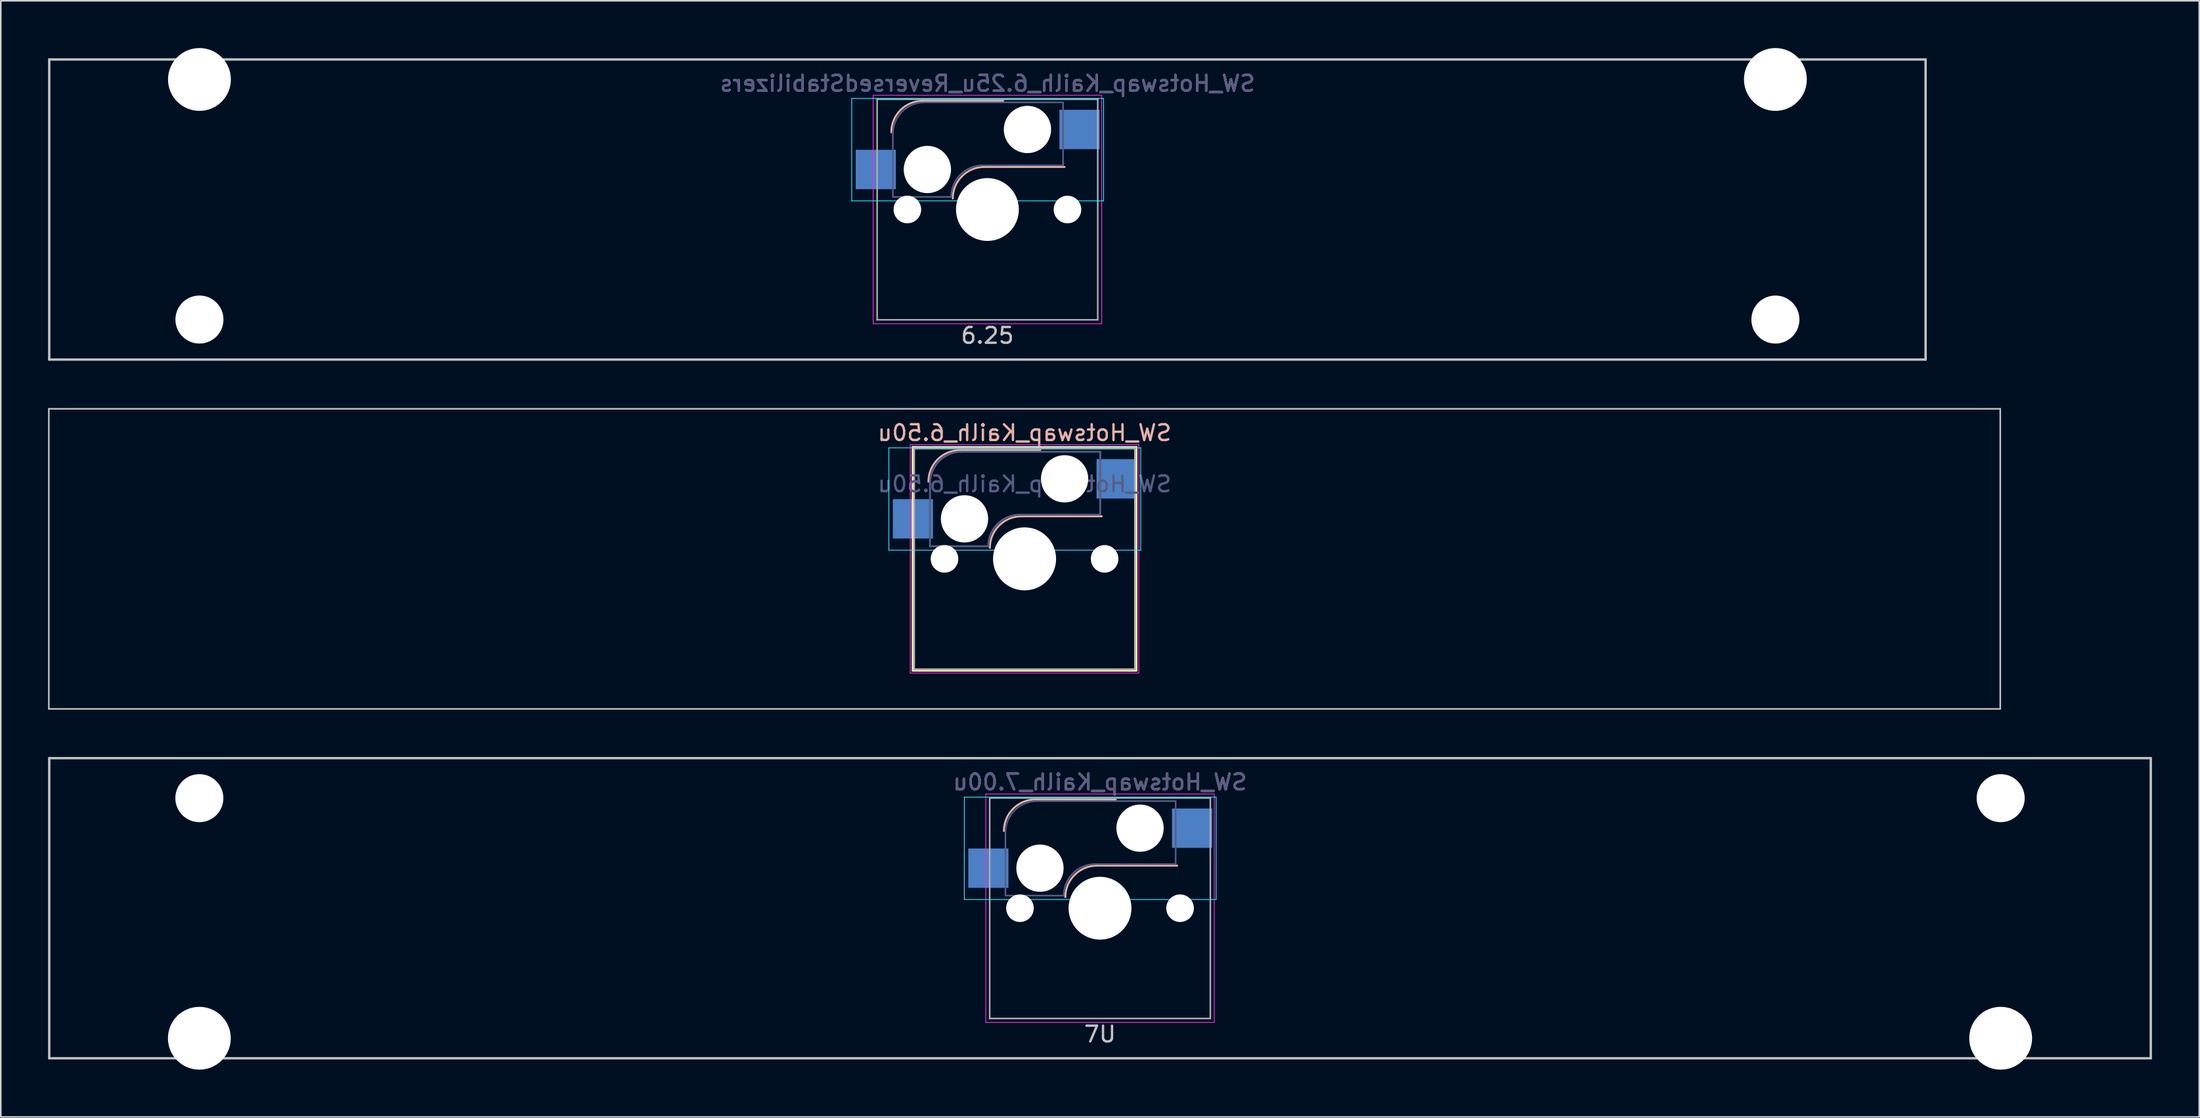
<source format=kicad_pcb>
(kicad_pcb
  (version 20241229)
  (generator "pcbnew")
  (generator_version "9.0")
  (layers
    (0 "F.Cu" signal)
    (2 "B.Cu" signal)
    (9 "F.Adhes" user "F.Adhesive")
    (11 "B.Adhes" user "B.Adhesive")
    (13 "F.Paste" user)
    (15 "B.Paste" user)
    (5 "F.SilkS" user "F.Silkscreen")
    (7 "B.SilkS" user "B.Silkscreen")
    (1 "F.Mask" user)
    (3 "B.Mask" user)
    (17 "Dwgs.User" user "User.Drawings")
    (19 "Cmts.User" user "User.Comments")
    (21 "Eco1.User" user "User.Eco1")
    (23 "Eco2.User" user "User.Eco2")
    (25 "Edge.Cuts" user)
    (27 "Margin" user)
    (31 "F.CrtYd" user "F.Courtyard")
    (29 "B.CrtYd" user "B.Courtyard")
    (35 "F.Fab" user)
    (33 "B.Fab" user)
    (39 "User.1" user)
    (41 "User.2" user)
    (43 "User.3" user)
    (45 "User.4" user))
  (footprint "SW_Hotswap_Kailh_6.50u"
    (layer "F.Cu")
    (at 61.962 32.424)
    (property "Reference" "SW_Hotswap_Kailh_6.50u" (at 0 -8 0) (layer "B.SilkS") (effects (font (size 1 1) (thickness 0.15)) (justify mirror)))
    (attr smd)
    (fp_line (start -7.1 -7.1) (end -7.1 7.1) (stroke (width 0.12) (type solid)) (layer "F.SilkS"))
    (fp_line (start -7.1 7.1) (end 7.1 7.1) (stroke (width 0.12) (type solid)) (layer "F.SilkS"))
    (fp_line (start 7.1 -7.1) (end -7.1 -7.1) (stroke (width 0.12) (type solid)) (layer "F.SilkS"))
    (fp_line (start 7.1 7.1) (end 7.1 -7.1) (stroke (width 0.12) (type solid)) (layer "F.SilkS"))
    (fp_line (start -4.1 -6.9) (end 1 -6.9) (stroke (width 0.12) (type solid)) (layer "B.SilkS"))
    (fp_line (start -0.2 -2.7) (end 4.9 -2.7) (stroke (width 0.12) (type solid)) (layer "B.SilkS"))
    (fp_arc (start -6.1 -4.9) (mid -5.514214 -6.314214) (end -4.1 -6.9) (stroke (width 0.12) (type solid)) (layer "B.SilkS"))
    (fp_arc (start -2.2 -0.7) (mid -1.614214 -2.114214) (end -0.2 -2.7) (stroke (width 0.12) (type solid)) (layer "B.SilkS"))
    (fp_line (start -61.913 -9.525) (end -61.913 9.525) (stroke (width 0.1) (type solid)) (layer "Dwgs.User"))
    (fp_line (start -61.913 9.525) (end 61.913 9.525) (stroke (width 0.1) (type solid)) (layer "Dwgs.User"))
    (fp_line (start 61.913 -9.525) (end -61.913 -9.525) (stroke (width 0.1) (type solid)) (layer "Dwgs.User"))
    (fp_line (start 61.913 9.525) (end 61.913 -9.525) (stroke (width 0.1) (type solid)) (layer "Dwgs.User"))
    (fp_line (start -8.61 -7.05) (end -8.61 -0.55) (stroke (width 0.05) (type solid)) (layer "B.CrtYd"))
    (fp_line (start -8.61 -0.55) (end 7.37 -0.55) (stroke (width 0.05) (type solid)) (layer "B.CrtYd"))
    (fp_line (start 7.37 -7.05) (end -8.61 -7.05) (stroke (width 0.05) (type solid)) (layer "B.CrtYd"))
    (fp_line (start 7.37 -0.55) (end 7.37 -7.05) (stroke (width 0.05) (type solid)) (layer "B.CrtYd"))
    (fp_line (start -7.25 -7.25) (end -7.25 7.25) (stroke (width 0.05) (type solid)) (layer "F.CrtYd"))
    (fp_line (start -7.25 7.25) (end 7.25 7.25) (stroke (width 0.05) (type solid)) (layer "F.CrtYd"))
    (fp_line (start 7.25 -7.25) (end -7.25 -7.25) (stroke (width 0.05) (type solid)) (layer "F.CrtYd"))
    (fp_line (start 7.25 7.25) (end 7.25 -7.25) (stroke (width 0.05) (type solid)) (layer "F.CrtYd"))
    (fp_line (start -6 -0.8) (end -6 -4.8) (stroke (width 0.12) (type solid)) (layer "B.Fab"))
    (fp_line (start -6 -0.8) (end -2.3 -0.8) (stroke (width 0.12) (type solid)) (layer "B.Fab"))
    (fp_line (start -4 -6.8) (end 4.8 -6.8) (stroke (width 0.12) (type solid)) (layer "B.Fab"))
    (fp_line (start -0.3 -2.8) (end 4.8 -2.8) (stroke (width 0.12) (type solid)) (layer "B.Fab"))
    (fp_line (start 4.8 -6.8) (end 4.8 -2.8) (stroke (width 0.12) (type solid)) (layer "B.Fab"))
    (fp_arc (start -6 -4.8) (mid -5.414214 -6.214214) (end -4 -6.8) (stroke (width 0.12) (type solid)) (layer "B.Fab"))
    (fp_arc (start -2.3 -0.8) (mid -1.714214 -2.214214) (end -0.3 -2.8) (stroke (width 0.12) (type solid)) (layer "B.Fab"))
    (fp_line (start -7 -7) (end -7 7) (stroke (width 0.1) (type solid)) (layer "F.Fab"))
    (fp_line (start -7 7) (end 7 7) (stroke (width 0.1) (type solid)) (layer "F.Fab"))
    (fp_line (start 7 -7) (end -7 -7) (stroke (width 0.1) (type solid)) (layer "F.Fab"))
    (fp_line (start 7 7) (end 7 -7) (stroke (width 0.1) (type solid)) (layer "F.Fab"))
    (fp_text user "${REFERENCE}" (at 0 -4.75 0) (layer "B.Fab") (effects (font (size 1 1) (thickness 0.15)) (justify mirror)))
    (pad "" np_thru_hole circle (at -5.08 0) (size 1.75 1.75) (drill 1.75) (layers "*.Cu" "*.Mask"))
    (pad "" np_thru_hole circle (at -3.81 -2.54) (size 3 3) (drill 3) (layers "*.Cu" "*.Mask"))
    (pad "" np_thru_hole circle (at 0 0) (size 4 4) (drill 4) (layers "*.Cu" "*.Mask"))
    (pad "" np_thru_hole circle (at 2.54 -5.08) (size 3 3) (drill 3) (layers "*.Cu" "*.Mask"))
    (pad "" np_thru_hole circle (at 5.08 0) (size 1.75 1.75) (drill 1.75) (layers "*.Cu" "*.Mask"))
    (pad "1" smd rect (at -7.085 -2.54) (size 2.55 2.5) (layers "B.Cu" "B.Mask" "B.Paste"))
    (pad "2" smd rect (at 5.842 -5.08) (size 2.55 2.5) (layers "B.Cu" "B.Mask" "B.Paste")))
  (footprint "SW_Hotswap_Kailh_7.00u"
    (layer "F.Cu")
    (at 66.75 54.599)
    (property "Reference" "SW_Hotswap_Kailh_7.00u" (at 0 -8 0) (layer "B.SilkS") (effects (font (size 1 1) (thickness 0.15)) (justify mirror)))
    (attr smd)
    (fp_line (start 1 -6.9) (end -4.1 -6.9) (stroke (width 0.12) (type solid)) (layer "B.SilkS"))
    (fp_line (start 4.9 -2.7) (end -0.2 -2.7) (stroke (width 0.12) (type solid)) (layer "B.SilkS"))
    (fp_arc (start -6.1 -4.9) (mid -5.514214 -6.314214) (end -4.1 -6.9) (stroke (width 0.12) (type solid)) (layer "B.SilkS"))
    (fp_arc (start -2.2 -0.7) (mid -1.614214 -2.114214) (end -0.2 -2.7) (stroke (width 0.12) (type solid)) (layer "B.SilkS"))
    (fp_line (start -66.675 -9.525) (end 66.675 -9.525) (stroke (width 0.15) (type solid)) (layer "Dwgs.User"))
    (fp_line (start -66.675 9.525) (end -66.675 -9.525) (stroke (width 0.15) (type solid)) (layer "Dwgs.User"))
    (fp_line (start 66.675 -9.525) (end 66.675 9.525) (stroke (width 0.15) (type solid)) (layer "Dwgs.User"))
    (fp_line (start 66.675 9.525) (end -66.675 9.525) (stroke (width 0.15) (type solid)) (layer "Dwgs.User"))
    (fp_line (start -8.61 -7.05) (end 7.37 -7.05) (stroke (width 0.05) (type solid)) (layer "B.CrtYd"))
    (fp_line (start -8.61 -0.55) (end -8.61 -7.05) (stroke (width 0.05) (type solid)) (layer "B.CrtYd"))
    (fp_line (start -8.61 -0.55) (end 7.37 -0.55) (stroke (width 0.05) (type solid)) (layer "B.CrtYd"))
    (fp_line (start 7.37 -7.05) (end 7.37 -0.55) (stroke (width 0.05) (type solid)) (layer "B.CrtYd"))
    (fp_line (start -7.25 -7.25) (end 7.25 -7.25) (stroke (width 0.05) (type solid)) (layer "F.CrtYd"))
    (fp_line (start -7.25 7.25) (end -7.25 -7.25) (stroke (width 0.05) (type solid)) (layer "F.CrtYd"))
    (fp_line (start 7.25 -7.25) (end 7.25 7.25) (stroke (width 0.05) (type solid)) (layer "F.CrtYd"))
    (fp_line (start 7.25 7.25) (end -7.25 7.25) (stroke (width 0.05) (type solid)) (layer "F.CrtYd"))
    (fp_line (start -6 -0.8) (end -6 -4.8) (stroke (width 0.1) (type solid)) (layer "B.Fab"))
    (fp_line (start -6 -0.8) (end -2.3 -0.8) (stroke (width 0.1) (type solid)) (layer "B.Fab"))
    (fp_line (start -4 -6.8) (end 4.8 -6.8) (stroke (width 0.1) (type solid)) (layer "B.Fab"))
    (fp_line (start -0.3 -2.8) (end 4.8 -2.8) (stroke (width 0.1) (type solid)) (layer "B.Fab"))
    (fp_line (start 4.8 -6.8) (end 4.8 -2.8) (stroke (width 0.1) (type solid)) (layer "B.Fab"))
    (fp_arc (start -6 -4.8) (mid -5.414214 -6.214214) (end -4 -6.8) (stroke (width 0.1) (type solid)) (layer "B.Fab"))
    (fp_arc (start -2.3 -0.8) (mid -1.714214 -2.214214) (end -0.3 -2.8) (stroke (width 0.1) (type solid)) (layer "B.Fab"))
    (fp_line (start -7 -7) (end 7 -7) (stroke (width 0.1) (type solid)) (layer "F.Fab"))
    (fp_line (start -7 7) (end -7 -7) (stroke (width 0.1) (type solid)) (layer "F.Fab"))
    (fp_line (start 7 -7) (end 7 7) (stroke (width 0.1) (type solid)) (layer "F.Fab"))
    (fp_line (start 7 7) (end -7 7) (stroke (width 0.1) (type solid)) (layer "F.Fab"))
    (fp_text user "7U" (at 0 8 0) (layer "Dwgs.User") (effects (font (size 1 1) (thickness 0.15))))
    (fp_text user "${REFERENCE}" (at 0 -8 0) (layer "B.Fab") (effects (font (size 1 1) (thickness 0.15)) (justify mirror)))
    (pad "" np_thru_hole circle (at -57.15 -6.985) (size 3.048 3.048) (drill 3.048) (layers "*.Cu" "*.Mask"))
    (pad "" np_thru_hole circle (at -57.15 8.255) (size 3.988 3.988) (drill 3.988) (layers "*.Cu" "*.Mask"))
    (pad "" np_thru_hole circle (at -5.08 0 48.1) (size 1.75 1.75) (drill 1.75) (layers "*.Cu" "*.Mask"))
    (pad "" np_thru_hole circle (at -3.81 -2.54) (size 3 3) (drill 3) (layers "*.Cu" "*.Mask"))
    (pad "" np_thru_hole circle (at 0 0) (size 3.988 3.988) (drill 3.988) (layers "*.Cu" "*.Mask"))
    (pad "" np_thru_hole circle (at 2.54 -5.08) (size 3 3) (drill 3) (layers "*.Cu" "*.Mask"))
    (pad "" np_thru_hole circle (at 5.08 0 48.1) (size 1.75 1.75) (drill 1.75) (layers "*.Cu" "*.Mask"))
    (pad "" np_thru_hole circle (at 57.15 -6.985) (size 3.048 3.048) (drill 3.048) (layers "*.Cu" "*.Mask"))
    (pad "" np_thru_hole circle (at 57.15 8.255) (size 3.988 3.988) (drill 3.988) (layers "*.Cu" "*.Mask"))
    (pad "1" smd rect (at -7.085 -2.54) (size 2.55 2.5) (layers "B.Cu" "B.Mask" "B.Paste"))
    (pad "2" smd rect (at 5.842 -5.08) (size 2.55 2.5) (layers "B.Cu" "B.Mask" "B.Paste")))
  (footprint "SW_Hotswap_Kailh_6.25u_ReversedStabilizers"
    (layer "F.Cu")
    (at 59.606 10.249)
    (property "Reference" "SW_Hotswap_Kailh_6.25u_ReversedStabilizers" (at 0 -8 0) (layer "B.SilkS") (effects (font (size 1 1) (thickness 0.15)) (justify mirror)))
    (attr smd)
    (fp_line (start 1 -6.9) (end -4.1 -6.9) (stroke (width 0.12) (type solid)) (layer "B.SilkS"))
    (fp_line (start 4.9 -2.7) (end -0.2 -2.7) (stroke (width 0.12) (type solid)) (layer "B.SilkS"))
    (fp_arc (start -6.1 -4.9) (mid -5.514214 -6.314214) (end -4.1 -6.9) (stroke (width 0.12) (type solid)) (layer "B.SilkS"))
    (fp_arc (start -2.2 -0.7) (mid -1.614214 -2.114214) (end -0.2 -2.7) (stroke (width 0.12) (type solid)) (layer "B.SilkS"))
    (fp_line (start -59.531 -9.525) (end 59.531 -9.525) (stroke (width 0.15) (type solid)) (layer "Dwgs.User"))
    (fp_line (start -59.531 9.525) (end -59.531 -9.525) (stroke (width 0.15) (type solid)) (layer "Dwgs.User"))
    (fp_line (start 59.531 -9.525) (end 59.531 9.525) (stroke (width 0.15) (type solid)) (layer "Dwgs.User"))
    (fp_line (start 59.531 9.525) (end -59.531 9.525) (stroke (width 0.15) (type solid)) (layer "Dwgs.User"))
    (fp_line (start -8.61 -7.05) (end 7.37 -7.05) (stroke (width 0.05) (type solid)) (layer "B.CrtYd"))
    (fp_line (start -8.61 -0.55) (end -8.61 -7.05) (stroke (width 0.05) (type solid)) (layer "B.CrtYd"))
    (fp_line (start -8.61 -0.55) (end 7.37 -0.55) (stroke (width 0.05) (type solid)) (layer "B.CrtYd"))
    (fp_line (start 7.37 -7.05) (end 7.37 -0.55) (stroke (width 0.05) (type solid)) (layer "B.CrtYd"))
    (fp_line (start -7.25 -7.25) (end 7.25 -7.25) (stroke (width 0.05) (type solid)) (layer "F.CrtYd"))
    (fp_line (start -7.25 7.25) (end -7.25 -7.25) (stroke (width 0.05) (type solid)) (layer "F.CrtYd"))
    (fp_line (start 7.25 -7.25) (end 7.25 7.25) (stroke (width 0.05) (type solid)) (layer "F.CrtYd"))
    (fp_line (start 7.25 7.25) (end -7.25 7.25) (stroke (width 0.05) (type solid)) (layer "F.CrtYd"))
    (fp_line (start -6 -0.8) (end -6 -4.8) (stroke (width 0.1) (type solid)) (layer "B.Fab"))
    (fp_line (start -6 -0.8) (end -2.3 -0.8) (stroke (width 0.1) (type solid)) (layer "B.Fab"))
    (fp_line (start -4 -6.8) (end 4.8 -6.8) (stroke (width 0.1) (type solid)) (layer "B.Fab"))
    (fp_line (start -0.3 -2.8) (end 4.8 -2.8) (stroke (width 0.1) (type solid)) (layer "B.Fab"))
    (fp_line (start 4.8 -6.8) (end 4.8 -2.8) (stroke (width 0.1) (type solid)) (layer "B.Fab"))
    (fp_arc (start -6 -4.8) (mid -5.414214 -6.214214) (end -4 -6.8) (stroke (width 0.1) (type solid)) (layer "B.Fab"))
    (fp_arc (start -2.3 -0.8) (mid -1.714214 -2.214214) (end -0.3 -2.8) (stroke (width 0.1) (type solid)) (layer "B.Fab"))
    (fp_line (start -7 -7) (end 7 -7) (stroke (width 0.1) (type solid)) (layer "F.Fab"))
    (fp_line (start -7 7) (end -7 -7) (stroke (width 0.1) (type solid)) (layer "F.Fab"))
    (fp_line (start 7 -7) (end 7 7) (stroke (width 0.1) (type solid)) (layer "F.Fab"))
    (fp_line (start 7 7) (end -7 7) (stroke (width 0.1) (type solid)) (layer "F.Fab"))
    (fp_text user "6.25" (at 0 8 0) (layer "Dwgs.User") (effects (font (size 1 1) (thickness 0.15))))
    (fp_text user "${REFERENCE}" (at 0 -8 0) (layer "B.Fab") (effects (font (size 1 1) (thickness 0.15)) (justify mirror)))
    (pad "" np_thru_hole circle (at -50 -8.255) (size 3.988 3.988) (drill 3.988) (layers "*.Cu" "*.Mask"))
    (pad "" np_thru_hole circle (at -50 6.985) (size 3.048 3.048) (drill 3.048) (layers "*.Cu" "*.Mask"))
    (pad "" np_thru_hole circle (at -5.08 0 48.1) (size 1.75 1.75) (drill 1.75) (layers "*.Cu" "*.Mask"))
    (pad "" np_thru_hole circle (at -3.81 -2.54) (size 3 3) (drill 3) (layers "*.Cu" "*.Mask"))
    (pad "" np_thru_hole circle (at 0 0) (size 3.988 3.988) (drill 3.988) (layers "*.Cu" "*.Mask"))
    (pad "" np_thru_hole circle (at 2.54 -5.08) (size 3 3) (drill 3) (layers "*.Cu" "*.Mask"))
    (pad "" np_thru_hole circle (at 5.08 0 48.1) (size 1.75 1.75) (drill 1.75) (layers "*.Cu" "*.Mask"))
    (pad "" np_thru_hole circle (at 50 -8.255) (size 3.988 3.988) (drill 3.988) (layers "*.Cu" "*.Mask"))
    (pad "" np_thru_hole circle (at 50 6.985) (size 3.048 3.048) (drill 3.048) (layers "*.Cu" "*.Mask"))
    (pad "1" smd rect (at -7.085 -2.54) (size 2.55 2.5) (layers "B.Cu" "B.Mask" "B.Paste"))
    (pad "2" smd rect (at 5.842 -5.08) (size 2.55 2.5) (layers "B.Cu" "B.Mask" "B.Paste")))
  (gr_rect
    (start -3 -3)
    (end 136.5 67.848)
    (stroke (width 0.1) (type default))
    (fill no)
    (layer "Edge.Cuts")))
</source>
